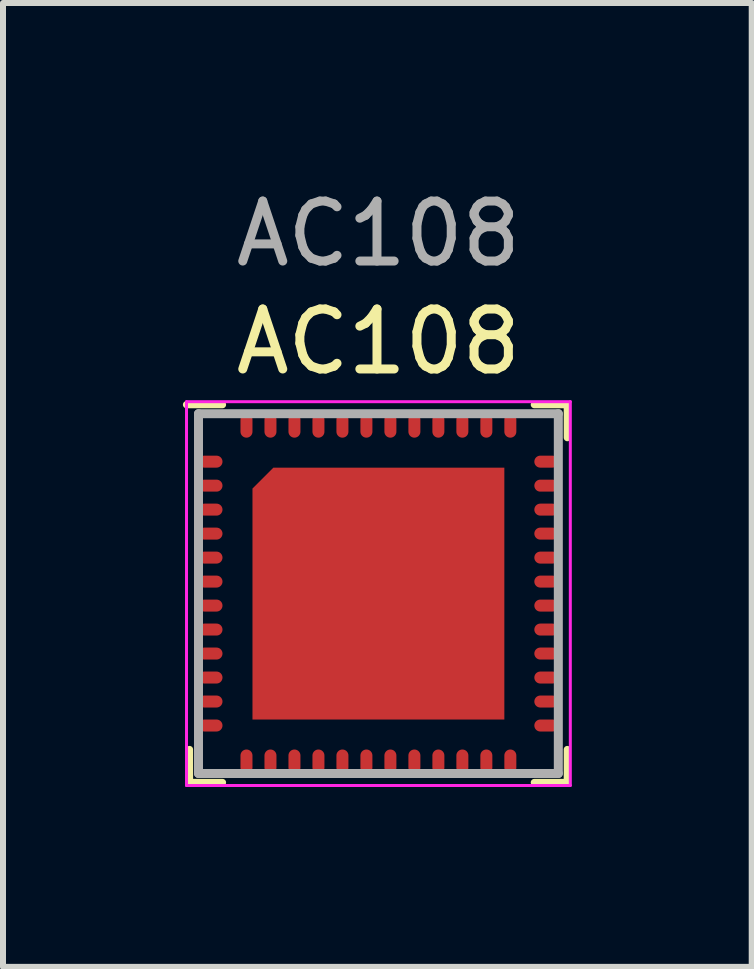
<source format=kicad_pcb>
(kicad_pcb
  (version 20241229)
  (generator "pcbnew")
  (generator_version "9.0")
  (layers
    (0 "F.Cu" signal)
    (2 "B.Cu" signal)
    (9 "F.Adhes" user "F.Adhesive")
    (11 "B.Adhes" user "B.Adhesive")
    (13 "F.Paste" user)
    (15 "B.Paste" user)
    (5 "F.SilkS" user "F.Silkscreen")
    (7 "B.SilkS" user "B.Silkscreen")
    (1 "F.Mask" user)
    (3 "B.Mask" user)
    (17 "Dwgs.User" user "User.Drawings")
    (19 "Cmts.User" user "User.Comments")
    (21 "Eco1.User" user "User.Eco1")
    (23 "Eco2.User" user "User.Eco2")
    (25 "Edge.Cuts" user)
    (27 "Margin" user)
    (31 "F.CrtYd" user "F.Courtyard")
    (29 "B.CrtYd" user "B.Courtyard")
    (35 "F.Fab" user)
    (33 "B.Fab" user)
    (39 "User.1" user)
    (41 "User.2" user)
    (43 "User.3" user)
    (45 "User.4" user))
  (footprint "AC108"
    (layer "F.Cu")
    (at 3.26 6.848)
    (property "Reference" "AC108" (at 0 -4.2 0) (layer "F.SilkS") (effects (font (size 1 1) (thickness 0.15))))
    (attr smd)
    (fp_line (start -3.15 3.15) (end -3.15 2.6) (stroke (width 0.12) (type default)) (layer "F.SilkS"))
    (fp_line (start -2.6 -3.15) (end -3.2 -3.15) (stroke (width 0.12) (type default)) (layer "F.SilkS"))
    (fp_line (start -2.6 3.15) (end -3.15 3.15) (stroke (width 0.12) (type default)) (layer "F.SilkS"))
    (fp_line (start 2.6 -3.15) (end 3.15 -3.15) (stroke (width 0.12) (type default)) (layer "F.SilkS"))
    (fp_line (start 2.6 3.15) (end 3.15 3.15) (stroke (width 0.12) (type default)) (layer "F.SilkS"))
    (fp_line (start 3.15 -3.15) (end 3.15 -2.6) (stroke (width 0.12) (type default)) (layer "F.SilkS"))
    (fp_line (start 3.15 3.15) (end 3.15 2.6) (stroke (width 0.12) (type default)) (layer "F.SilkS"))
    (fp_line (start -3.2 -3.2) (end 3.2 -3.2) (stroke (width 0.05) (type default)) (layer "F.CrtYd"))
    (fp_line (start -3.2 3.2) (end -3.2 -3.2) (stroke (width 0.05) (type default)) (layer "F.CrtYd"))
    (fp_line (start 3.2 -3.2) (end 3.2 3.2) (stroke (width 0.05) (type default)) (layer "F.CrtYd"))
    (fp_line (start 3.2 3.2) (end -3.2 3.2) (stroke (width 0.05) (type default)) (layer "F.CrtYd"))
    (fp_line (start -3 -3) (end -3 3) (stroke (width 0.15) (type default)) (layer "F.Fab"))
    (fp_line (start -3 3) (end 3 3) (stroke (width 0.15) (type default)) (layer "F.Fab"))
    (fp_line (start 3 -3) (end -3 -3) (stroke (width 0.15) (type default)) (layer "F.Fab"))
    (fp_line (start 3 3) (end 3 -3) (stroke (width 0.15) (type default)) (layer "F.Fab"))
    (fp_text user "${REFERENCE}" (at 0 -6 0) (layer "F.Fab") (effects (font (size 1 1) (thickness 0.15))))
    (pad "" smd rect (at -1.575 -1.575) (size 0.35 0.35) (layers "F.Paste"))
    (pad "" smd rect (at -1.575 -0.525) (size 0.35 0.35) (layers "F.Paste"))
    (pad "" smd rect (at -1.575 0.525) (size 0.35 0.35) (layers "F.Paste"))
    (pad "" smd rect (at -1.575 1.575) (size 0.35 0.35) (layers "F.Paste"))
    (pad "" smd rect (at -0.525 -1.575) (size 0.35 0.35) (layers "F.Paste"))
    (pad "" smd rect (at -0.525 -0.525) (size 0.35 0.35) (layers "F.Paste"))
    (pad "" smd rect (at -0.525 0.525) (size 0.35 0.35) (layers "F.Paste"))
    (pad "" smd rect (at -0.525 1.575) (size 0.35 0.35) (layers "F.Paste"))
    (pad "" smd rect (at 0.525 -1.575) (size 0.35 0.35) (layers "F.Paste"))
    (pad "" smd rect (at 0.525 -0.525) (size 0.35 0.35) (layers "F.Paste"))
    (pad "" smd rect (at 0.525 0.525) (size 0.35 0.35) (layers "F.Paste"))
    (pad "" smd rect (at 0.525 1.575) (size 0.35 0.35) (layers "F.Paste"))
    (pad "" smd rect (at 1.575 -1.575) (size 0.35 0.35) (layers "F.Paste"))
    (pad "" smd rect (at 1.575 -0.525) (size 0.35 0.35) (layers "F.Paste"))
    (pad "" smd rect (at 1.575 0.525) (size 0.35 0.35) (layers "F.Paste"))
    (pad "" smd rect (at 1.575 1.575) (size 0.35 0.35) (layers "F.Paste"))
    (pad "1" smd oval (at -2.8 -2.2 90) (size 0.2 0.4) (layers "F.Cu" "F.Mask" "F.Paste"))
    (pad "2" smd oval (at -2.8 -1.8 90) (size 0.2 0.4) (layers "F.Cu" "F.Mask" "F.Paste"))
    (pad "3" smd oval (at -2.8 -1.4 90) (size 0.2 0.4) (layers "F.Cu" "F.Mask" "F.Paste"))
    (pad "4" smd oval (at -2.8 -1 90) (size 0.2 0.4) (layers "F.Cu" "F.Mask" "F.Paste"))
    (pad "5" smd oval (at -2.8 -0.6 90) (size 0.2 0.4) (layers "F.Cu" "F.Mask" "F.Paste"))
    (pad "6" smd oval (at -2.8 -0.2 90) (size 0.2 0.4) (layers "F.Cu" "F.Mask" "F.Paste"))
    (pad "7" smd oval (at -2.8 0.2 90) (size 0.2 0.4) (layers "F.Cu" "F.Mask" "F.Paste"))
    (pad "8" smd oval (at -2.8 0.6 90) (size 0.2 0.4) (layers "F.Cu" "F.Mask" "F.Paste"))
    (pad "9" smd oval (at -2.8 1 90) (size 0.2 0.4) (layers "F.Cu" "F.Mask" "F.Paste"))
    (pad "10" smd oval (at -2.8 1.4 90) (size 0.2 0.4) (layers "F.Cu" "F.Mask" "F.Paste"))
    (pad "11" smd oval (at -2.8 1.8 90) (size 0.2 0.4) (layers "F.Cu" "F.Mask" "F.Paste"))
    (pad "12" smd oval (at -2.8 2.2 90) (size 0.2 0.4) (layers "F.Cu" "F.Mask" "F.Paste"))
    (pad "13" smd oval (at -2.2 2.8) (size 0.2 0.4) (layers "F.Cu" "F.Mask" "F.Paste"))
    (pad "14" smd oval (at -1.8 2.8) (size 0.2 0.4) (layers "F.Cu" "F.Mask" "F.Paste"))
    (pad "15" smd oval (at -1.4 2.8) (size 0.2 0.4) (layers "F.Cu" "F.Mask" "F.Paste"))
    (pad "16" smd oval (at -1 2.8) (size 0.2 0.4) (layers "F.Cu" "F.Mask" "F.Paste"))
    (pad "17" smd oval (at -0.6 2.8) (size 0.2 0.4) (layers "F.Cu" "F.Mask" "F.Paste"))
    (pad "18" smd oval (at -0.2 2.8) (size 0.2 0.4) (layers "F.Cu" "F.Mask" "F.Paste"))
    (pad "19" smd oval (at 0.2 2.8) (size 0.2 0.4) (layers "F.Cu" "F.Mask" "F.Paste"))
    (pad "20" smd oval (at 0.6 2.8) (size 0.2 0.4) (layers "F.Cu" "F.Mask" "F.Paste"))
    (pad "21" smd oval (at 1 2.8) (size 0.2 0.4) (layers "F.Cu" "F.Mask" "F.Paste"))
    (pad "22" smd oval (at 1.4 2.8) (size 0.2 0.4) (layers "F.Cu" "F.Mask" "F.Paste"))
    (pad "23" smd oval (at 1.8 2.8) (size 0.2 0.4) (layers "F.Cu" "F.Mask" "F.Paste"))
    (pad "24" smd oval (at 2.2 2.8) (size 0.2 0.4) (layers "F.Cu" "F.Mask" "F.Paste"))
    (pad "25" smd oval (at 2.8 2.2 90) (size 0.2 0.4) (layers "F.Cu" "F.Mask" "F.Paste"))
    (pad "26" smd oval (at 2.8 1.8 90) (size 0.2 0.4) (layers "F.Cu" "F.Mask" "F.Paste"))
    (pad "27" smd oval (at 2.8 1.4 90) (size 0.2 0.4) (layers "F.Cu" "F.Mask" "F.Paste"))
    (pad "28" smd oval (at 2.8 1 90) (size 0.2 0.4) (layers "F.Cu" "F.Mask" "F.Paste"))
    (pad "29" smd oval (at 2.8 0.6 90) (size 0.2 0.4) (layers "F.Cu" "F.Mask" "F.Paste"))
    (pad "30" smd oval (at 2.8 0.2 90) (size 0.2 0.4) (layers "F.Cu" "F.Mask" "F.Paste"))
    (pad "31" smd oval (at 2.8 -0.2 90) (size 0.2 0.4) (layers "F.Cu" "F.Mask" "F.Paste"))
    (pad "32" smd oval (at 2.8 -0.6 90) (size 0.2 0.4) (layers "F.Cu" "F.Mask" "F.Paste"))
    (pad "33" smd oval (at 2.8 -1 90) (size 0.2 0.4) (layers "F.Cu" "F.Mask" "F.Paste"))
    (pad "34" smd oval (at 2.8 -1.4 90) (size 0.2 0.4) (layers "F.Cu" "F.Mask" "F.Paste"))
    (pad "35" smd oval (at 2.8 -1.8 90) (size 0.2 0.4) (layers "F.Cu" "F.Mask" "F.Paste"))
    (pad "36" smd oval (at 2.8 -2.2 90) (size 0.2 0.4) (layers "F.Cu" "F.Mask" "F.Paste"))
    (pad "37" smd oval (at 2.2 -2.8) (size 0.2 0.4) (layers "F.Cu" "F.Mask" "F.Paste"))
    (pad "38" smd oval (at 1.8 -2.8) (size 0.2 0.4) (layers "F.Cu" "F.Mask" "F.Paste"))
    (pad "39" smd oval (at 1.4 -2.8) (size 0.2 0.4) (layers "F.Cu" "F.Mask" "F.Paste"))
    (pad "40" smd oval (at 1 -2.8) (size 0.2 0.4) (layers "F.Cu" "F.Mask" "F.Paste"))
    (pad "41" smd oval (at 0.6 -2.8) (size 0.2 0.4) (layers "F.Cu" "F.Mask" "F.Paste"))
    (pad "42" smd oval (at 0.2 -2.8) (size 0.2 0.4) (layers "F.Cu" "F.Mask" "F.Paste"))
    (pad "43" smd oval (at -0.2 -2.8) (size 0.2 0.4) (layers "F.Cu" "F.Mask" "F.Paste"))
    (pad "44" smd oval (at -0.6 -2.8) (size 0.2 0.4) (layers "F.Cu" "F.Mask" "F.Paste"))
    (pad "45" smd oval (at -1 -2.8) (size 0.2 0.4) (layers "F.Cu" "F.Mask" "F.Paste"))
    (pad "46" smd oval (at -1.4 -2.8) (size 0.2 0.4) (layers "F.Cu" "F.Mask" "F.Paste"))
    (pad "47" smd oval (at -1.8 -2.8) (size 0.2 0.4) (layers "F.Cu" "F.Mask" "F.Paste"))
    (pad "48" smd oval (at -2.2 -2.8) (size 0.2 0.4) (layers "F.Cu" "F.Mask" "F.Paste"))
    (pad "49" smd roundrect (at 0 0) (size 4.2 4.2) (layers "F.Cu" "F.Mask") (roundrect_rratio 0) (chamfer_ratio 0.083) (chamfer top_left)))
  (gr_rect
    (start -3 -3)
    (end 9.485 13.073)
    (stroke (width 0.1) (type default))
    (fill no)
    (layer "Edge.Cuts")))
</source>
